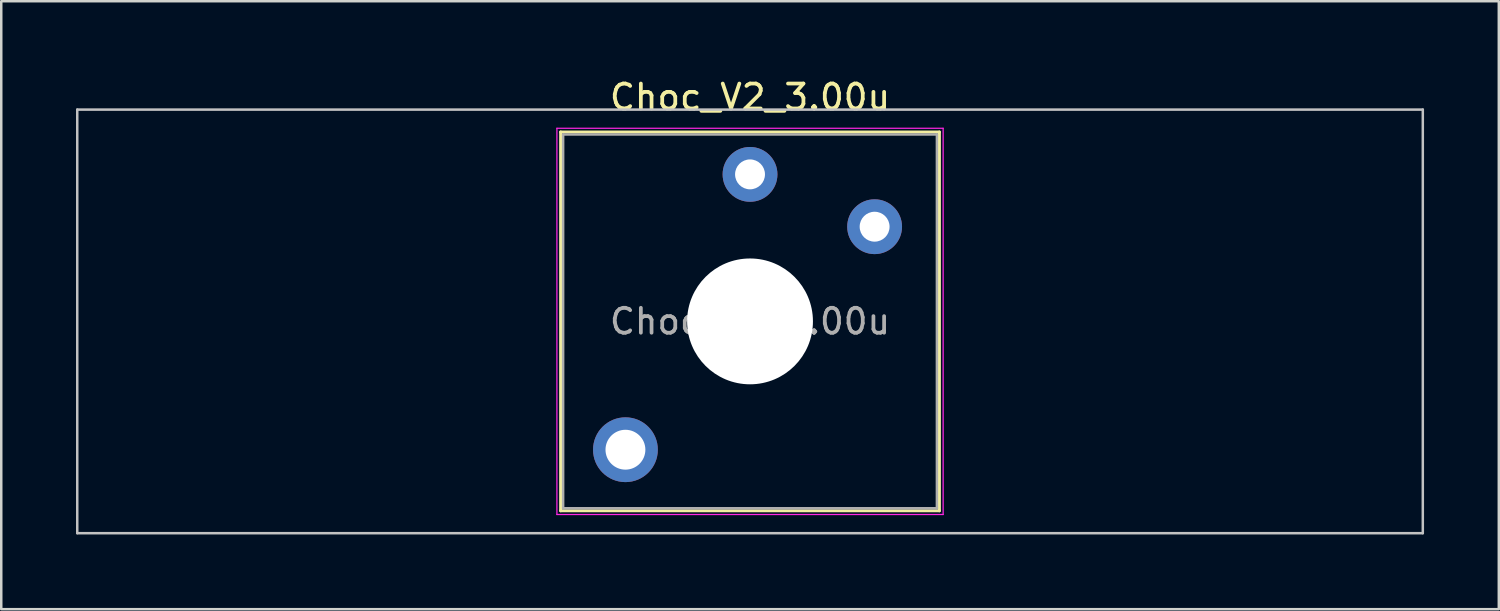
<source format=kicad_pcb>
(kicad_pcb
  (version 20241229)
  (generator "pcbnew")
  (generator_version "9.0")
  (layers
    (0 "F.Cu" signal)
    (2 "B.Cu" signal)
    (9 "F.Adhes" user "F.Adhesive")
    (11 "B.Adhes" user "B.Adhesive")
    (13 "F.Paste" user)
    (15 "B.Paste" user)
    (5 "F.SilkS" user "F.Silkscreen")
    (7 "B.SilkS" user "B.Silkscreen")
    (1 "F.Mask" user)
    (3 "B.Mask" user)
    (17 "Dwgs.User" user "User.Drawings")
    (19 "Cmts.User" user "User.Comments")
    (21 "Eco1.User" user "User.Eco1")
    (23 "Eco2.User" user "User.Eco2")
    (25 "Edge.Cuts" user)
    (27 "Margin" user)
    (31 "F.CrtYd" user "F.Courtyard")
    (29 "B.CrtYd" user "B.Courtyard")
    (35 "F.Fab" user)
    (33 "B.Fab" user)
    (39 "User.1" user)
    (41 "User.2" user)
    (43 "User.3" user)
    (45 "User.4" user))
  (footprint "Choc_V2_3.00u"
    (layer "F.Cu")
    (at 27.05 9.848)
    (property "Reference" "Choc_V2_3.00u" (at 0 -9 0) (layer "F.SilkS") (effects (font (size 1 1) (thickness 0.15))))
    (attr through_hole)
    (fp_line (start -7.6 -7.6) (end -7.6 7.6) (stroke (width 0.12) (type solid)) (layer "F.SilkS"))
    (fp_line (start -7.6 7.6) (end 7.6 7.6) (stroke (width 0.12) (type solid)) (layer "F.SilkS"))
    (fp_line (start 7.6 -7.6) (end -7.6 -7.6) (stroke (width 0.12) (type solid)) (layer "F.SilkS"))
    (fp_line (start 7.6 7.6) (end 7.6 -7.6) (stroke (width 0.12) (type solid)) (layer "F.SilkS"))
    (fp_line (start -27 -8.5) (end -27 8.5) (stroke (width 0.1) (type solid)) (layer "Dwgs.User"))
    (fp_line (start -27 8.5) (end 27 8.5) (stroke (width 0.1) (type solid)) (layer "Dwgs.User"))
    (fp_line (start 27 -8.5) (end -27 -8.5) (stroke (width 0.1) (type solid)) (layer "Dwgs.User"))
    (fp_line (start 27 8.5) (end 27 -8.5) (stroke (width 0.1) (type solid)) (layer "Dwgs.User"))
    (fp_line (start -7.25 -7.25) (end -7.25 7.25) (stroke (width 0.1) (type solid)) (layer "Eco1.User"))
    (fp_line (start -7.25 7.25) (end 7.25 7.25) (stroke (width 0.1) (type solid)) (layer "Eco1.User"))
    (fp_line (start 7.25 -7.25) (end -7.25 -7.25) (stroke (width 0.1) (type solid)) (layer "Eco1.User"))
    (fp_line (start 7.25 7.25) (end 7.25 -7.25) (stroke (width 0.1) (type solid)) (layer "Eco1.User"))
    (fp_line (start -7.75 -7.75) (end -7.75 7.75) (stroke (width 0.05) (type solid)) (layer "F.CrtYd"))
    (fp_line (start -7.75 7.75) (end 7.75 7.75) (stroke (width 0.05) (type solid)) (layer "F.CrtYd"))
    (fp_line (start 7.75 -7.75) (end -7.75 -7.75) (stroke (width 0.05) (type solid)) (layer "F.CrtYd"))
    (fp_line (start 7.75 7.75) (end 7.75 -7.75) (stroke (width 0.05) (type solid)) (layer "F.CrtYd"))
    (fp_line (start -7.5 -7.5) (end -7.5 7.5) (stroke (width 0.1) (type solid)) (layer "F.Fab"))
    (fp_line (start -7.5 7.5) (end 7.5 7.5) (stroke (width 0.1) (type solid)) (layer "F.Fab"))
    (fp_line (start 7.5 -7.5) (end -7.5 -7.5) (stroke (width 0.1) (type solid)) (layer "F.Fab"))
    (fp_line (start 7.5 7.5) (end 7.5 -7.5) (stroke (width 0.1) (type solid)) (layer "F.Fab"))
    (fp_text user "${REFERENCE}" (at 0 0 0) (layer "F.Fab") (effects (font (size 1 1) (thickness 0.15))))
    (pad "" thru_hole circle (at -5 5.15) (size 2.6 2.6) (drill 1.6) (layers "*.Cu" "*.Mask"))
    (pad "" np_thru_hole circle (at 0 0) (size 5.05 5.05) (drill 5.05) (layers "*.Cu" "*.Mask"))
    (pad "1" thru_hole circle (at 0 -5.9) (size 2.2 2.2) (drill 1.2) (layers "*.Cu" "*.Mask"))
    (pad "2" thru_hole circle (at 5 -3.8) (size 2.2 2.2) (drill 1.2) (layers "*.Cu" "*.Mask")))
  (gr_rect
    (start -3 -3)
    (end 57.1 21.398)
    (stroke (width 0.1) (type default))
    (fill no)
    (layer "Edge.Cuts")))
</source>
